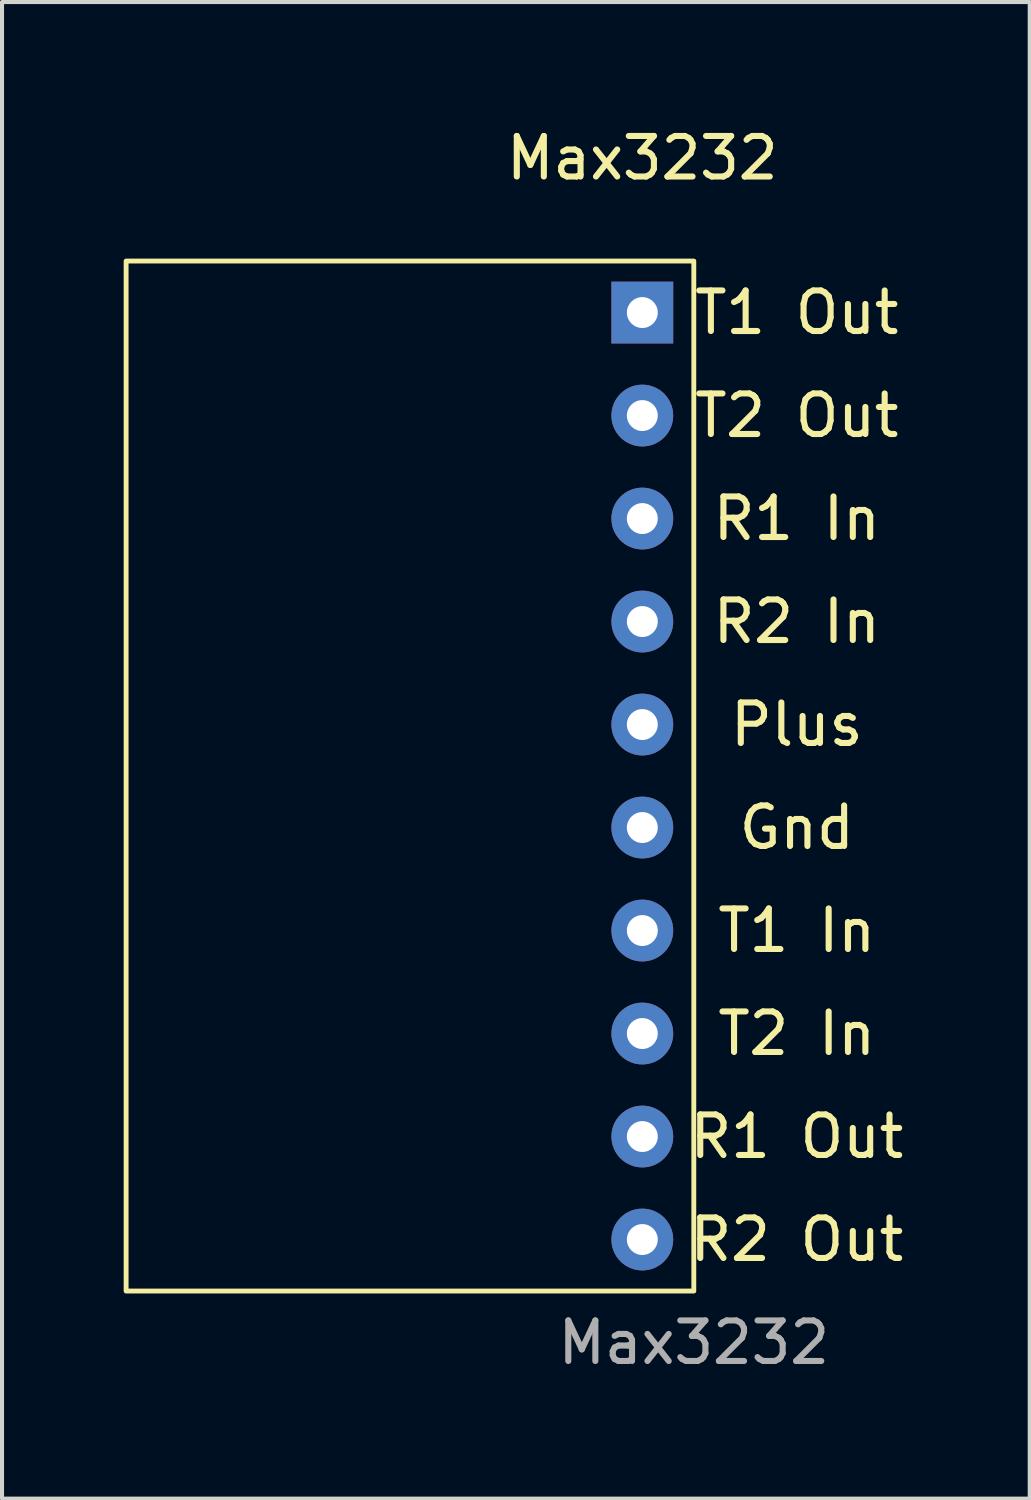
<source format=kicad_pcb>
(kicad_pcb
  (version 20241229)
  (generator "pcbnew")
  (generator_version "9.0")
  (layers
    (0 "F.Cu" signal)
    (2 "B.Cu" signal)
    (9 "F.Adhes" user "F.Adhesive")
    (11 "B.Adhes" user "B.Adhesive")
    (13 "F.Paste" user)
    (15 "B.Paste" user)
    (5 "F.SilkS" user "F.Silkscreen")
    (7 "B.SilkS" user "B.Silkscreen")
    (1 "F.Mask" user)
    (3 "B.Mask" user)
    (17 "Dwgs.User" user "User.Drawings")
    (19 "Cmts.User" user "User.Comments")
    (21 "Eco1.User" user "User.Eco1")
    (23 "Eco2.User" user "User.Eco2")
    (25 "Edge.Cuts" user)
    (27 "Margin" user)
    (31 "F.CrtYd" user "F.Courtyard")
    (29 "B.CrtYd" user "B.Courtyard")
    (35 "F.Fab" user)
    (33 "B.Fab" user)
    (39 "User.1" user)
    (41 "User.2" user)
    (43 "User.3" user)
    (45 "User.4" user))
  (footprint "Max3232"
    (layer "F.Cu")
    (at 12.79 4.658)
    (property "Reference" "Max3232" (at 0 -3.81 0) (unlocked yes) (layer "F.SilkS") (effects (font (size 1 1) (thickness 0.15))))
    (attr through_hole)
    (fp_rect (start -12.73 -1.27) (end 1.27 24.13) (stroke (width 0.12) (type solid)) (fill no) (layer "F.SilkS"))
    (fp_text user "Plus" (at 3.81 10.16 0) (unlocked yes) (layer "F.SilkS") (effects (font (size 1 1) (thickness 0.15))))
    (fp_text user "T1 In" (at 3.81 15.24 0) (unlocked yes) (layer "F.SilkS") (effects (font (size 1 1) (thickness 0.15))))
    (fp_text user "T2 In" (at 3.81 17.78 0) (unlocked yes) (layer "F.SilkS") (effects (font (size 1 1) (thickness 0.15))))
    (fp_text user "R2 Out" (at 3.81 22.86 0) (unlocked yes) (layer "F.SilkS") (effects (font (size 1 1) (thickness 0.15))))
    (fp_text user "R2 In" (at 3.81 7.62 0) (unlocked yes) (layer "F.SilkS") (effects (font (size 1 1) (thickness 0.15))))
    (fp_text user "R1 Out" (at 3.81 20.32 0) (unlocked yes) (layer "F.SilkS") (effects (font (size 1 1) (thickness 0.15))))
    (fp_text user "T2 Out" (at 3.81 2.54 0) (unlocked yes) (layer "F.SilkS") (effects (font (size 1 1) (thickness 0.15))))
    (fp_text user "Gnd" (at 3.81 12.7 0) (unlocked yes) (layer "F.SilkS") (effects (font (size 1 1) (thickness 0.15))))
    (fp_text user "T1 Out" (at 3.81 0 0) (unlocked yes) (layer "F.SilkS") (effects (font (size 1 1) (thickness 0.15))))
    (fp_text user "R1 In" (at 3.81 5.08 0) (unlocked yes) (layer "F.SilkS") (effects (font (size 1 1) (thickness 0.15))))
    (fp_text user "${REFERENCE}" (at 1.27 25.4 0) (unlocked yes) (layer "F.Fab") (effects (font (size 1 1) (thickness 0.15))))
    (pad "1" thru_hole rect (at 0 0) (size 1.524 1.524) (drill 0.762) (layers "*.Cu" "*.Mask"))
    (pad "2" thru_hole circle (at 0 2.54) (size 1.524 1.524) (drill 0.762) (layers "*.Cu" "*.Mask"))
    (pad "3" thru_hole circle (at 0 5.08) (size 1.524 1.524) (drill 0.762) (layers "*.Cu" "*.Mask"))
    (pad "4" thru_hole circle (at 0 7.62) (size 1.524 1.524) (drill 0.762) (layers "*.Cu" "*.Mask"))
    (pad "5" thru_hole circle (at 0 10.16) (size 1.524 1.524) (drill 0.762) (layers "*.Cu" "*.Mask"))
    (pad "6" thru_hole circle (at 0 12.7) (size 1.524 1.524) (drill 0.762) (layers "*.Cu" "*.Mask"))
    (pad "7" thru_hole circle (at 0 15.24) (size 1.524 1.524) (drill 0.762) (layers "*.Cu" "*.Mask"))
    (pad "8" thru_hole circle (at 0 17.78) (size 1.524 1.524) (drill 0.762) (layers "*.Cu" "*.Mask"))
    (pad "9" thru_hole circle (at 0 20.32) (size 1.524 1.524) (drill 0.762) (layers "*.Cu" "*.Mask"))
    (pad "10" thru_hole circle (at 0 22.86) (size 1.524 1.524) (drill 0.762) (layers "*.Cu" "*.Mask")))
  (gr_rect
    (start -3 -3)
    (end 22.344 33.907)
    (stroke (width 0.1) (type default))
    (fill no)
    (layer "Edge.Cuts")))
</source>
